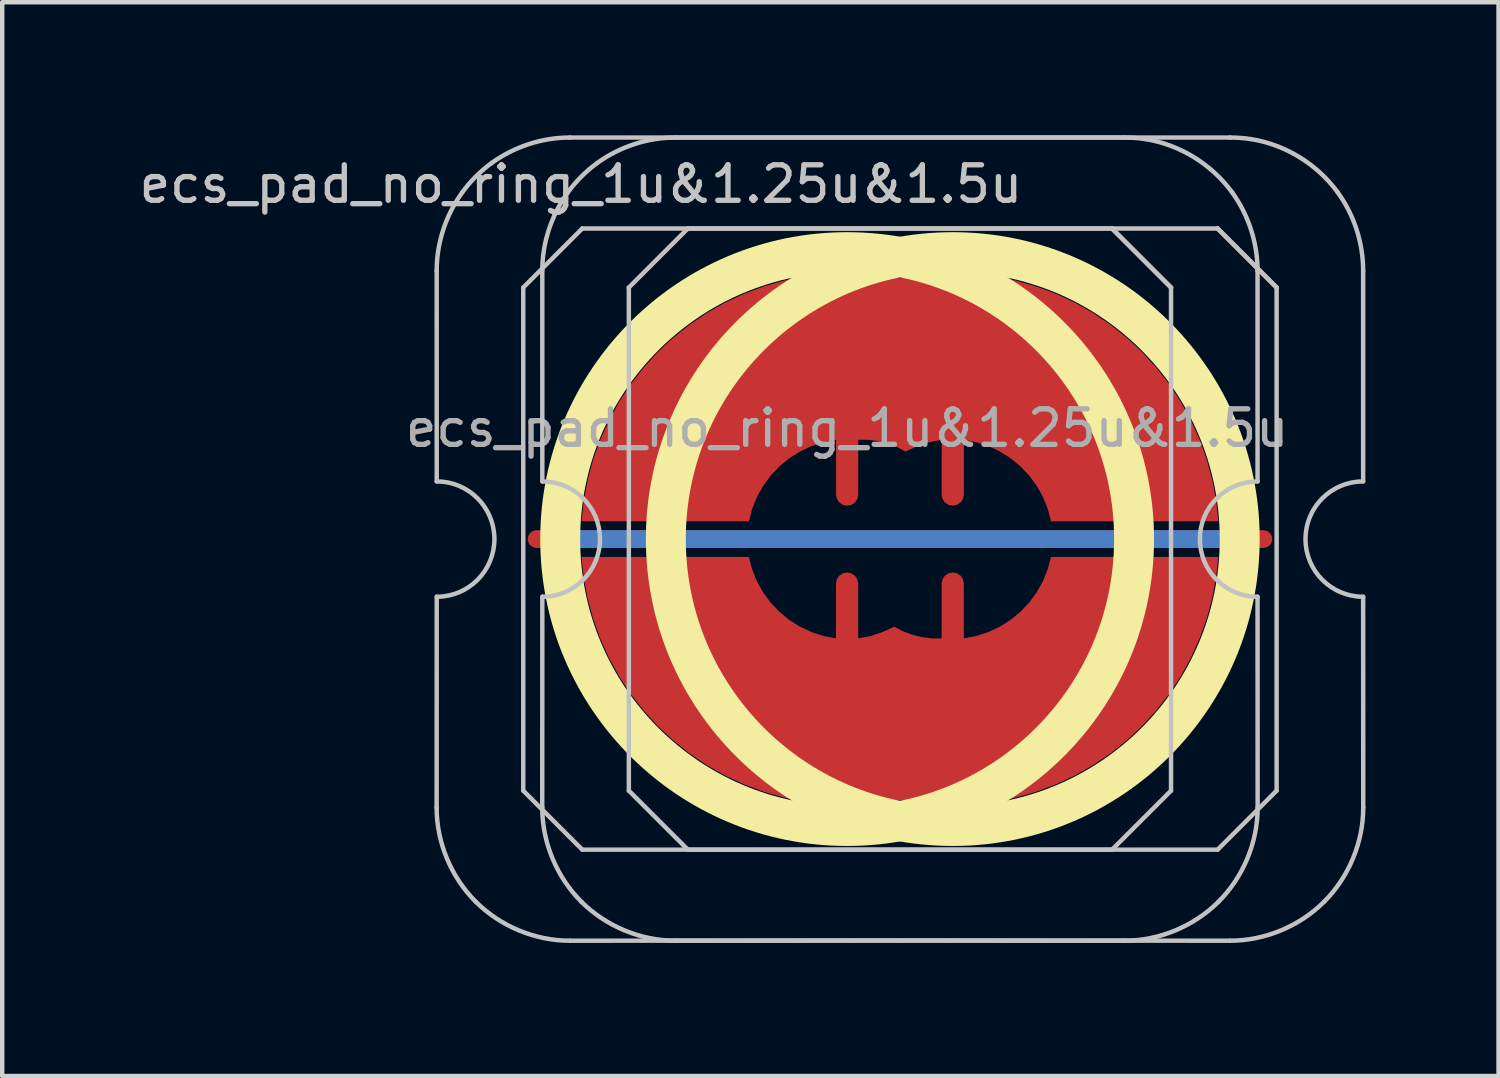
<source format=kicad_pcb>
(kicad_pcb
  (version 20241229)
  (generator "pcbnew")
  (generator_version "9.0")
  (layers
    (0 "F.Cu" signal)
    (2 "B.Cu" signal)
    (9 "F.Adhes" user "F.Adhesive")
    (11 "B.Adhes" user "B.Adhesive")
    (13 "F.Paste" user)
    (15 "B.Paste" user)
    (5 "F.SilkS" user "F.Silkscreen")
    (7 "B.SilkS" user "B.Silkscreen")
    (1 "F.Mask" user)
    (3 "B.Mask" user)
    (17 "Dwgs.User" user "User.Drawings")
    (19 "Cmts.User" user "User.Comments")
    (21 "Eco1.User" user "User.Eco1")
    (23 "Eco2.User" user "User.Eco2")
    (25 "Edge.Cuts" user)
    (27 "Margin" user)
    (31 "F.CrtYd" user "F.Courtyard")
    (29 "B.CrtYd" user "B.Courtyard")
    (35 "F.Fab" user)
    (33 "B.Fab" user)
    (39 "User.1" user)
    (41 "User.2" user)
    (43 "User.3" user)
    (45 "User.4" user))
  (footprint "ecs_pad_no_ring_1u&1.25u&1.5u"
    (layer "F.Cu")
    (at 16.043 9.1)
    (property "Reference" "ecs_pad_no_ring_1u&1.25u&1.5u" (at -6 -8 0) (layer "Dwgs.User") (effects (font (size 0.8 0.8) (thickness 0.12))))
    (attr smd)
    (fp_circle (center 0 0) (end 6.467 0) (stroke (width 0.9) (type solid)) (fill no) (layer "F.SilkS"))
    (fp_circle (center 2.381 0) (end 8.848 0) (stroke (width 0.9) (type solid)) (fill no) (layer "F.SilkS"))
    (fp_line (start -9.252 6.05) (end -9.25 1.3) (stroke (width 0.1) (type solid)) (layer "Dwgs.User"))
    (fp_line (start -9.25 -1.3) (end -9.251 -6.049) (stroke (width 0.1) (type solid)) (layer "Dwgs.User"))
    (fp_line (start -7.3 -5.67) (end -5.97 -7) (stroke (width 0.1) (type solid)) (layer "Dwgs.User"))
    (fp_line (start -7.3 5.67) (end -7.3 -5.67) (stroke (width 0.1) (type solid)) (layer "Dwgs.User"))
    (fp_line (start -6.872 6.05) (end -6.87 1.3) (stroke (width 0.1) (type solid)) (layer "Dwgs.User"))
    (fp_line (start -6.87 -1.3) (end -6.871 -6.049) (stroke (width 0.1) (type solid)) (layer "Dwgs.User"))
    (fp_line (start -5.97 -7) (end 5.97 -7) (stroke (width 0.1) (type solid)) (layer "Dwgs.User"))
    (fp_line (start -5.97 7) (end -7.3 5.67) (stroke (width 0.1) (type solid)) (layer "Dwgs.User"))
    (fp_line (start -4.92 -5.67) (end -3.59 -7) (stroke (width 0.1) (type solid)) (layer "Dwgs.User"))
    (fp_line (start -4.92 5.67) (end -4.92 -5.67) (stroke (width 0.1) (type solid)) (layer "Dwgs.User"))
    (fp_line (start -3.59 -7) (end 8.35 -7) (stroke (width 0.1) (type solid)) (layer "Dwgs.User"))
    (fp_line (start -3.59 7) (end -4.92 5.67) (stroke (width 0.1) (type solid)) (layer "Dwgs.User"))
    (fp_line (start 5.97 -7) (end 7.3 -5.67) (stroke (width 0.1) (type solid)) (layer "Dwgs.User"))
    (fp_line (start 5.97 7) (end -5.97 7) (stroke (width 0.1) (type solid)) (layer "Dwgs.User"))
    (fp_line (start 7.3 -5.67) (end 5.97 -7) (stroke (width 0.1) (type solid)) (layer "Dwgs.User"))
    (fp_line (start 7.3 -5.67) (end 7.3 5.67) (stroke (width 0.1) (type solid)) (layer "Dwgs.User"))
    (fp_line (start 7.3 5.67) (end 5.97 7) (stroke (width 0.1) (type solid)) (layer "Dwgs.User"))
    (fp_line (start 8.35 -7) (end 9.68 -5.67) (stroke (width 0.1) (type solid)) (layer "Dwgs.User"))
    (fp_line (start 8.35 7) (end -3.59 7) (stroke (width 0.1) (type solid)) (layer "Dwgs.User"))
    (fp_line (start 9.25 -1.3) (end 9.25 -6.049) (stroke (width 0.1) (type solid)) (layer "Dwgs.User"))
    (fp_line (start 9.252 6.05) (end 9.25 1.3) (stroke (width 0.1) (type solid)) (layer "Dwgs.User"))
    (fp_line (start 9.68 -5.67) (end 8.35 -7) (stroke (width 0.1) (type solid)) (layer "Dwgs.User"))
    (fp_line (start 9.68 -5.67) (end 9.68 5.67) (stroke (width 0.1) (type solid)) (layer "Dwgs.User"))
    (fp_line (start 9.68 5.67) (end 8.35 7) (stroke (width 0.1) (type solid)) (layer "Dwgs.User"))
    (fp_line (start 11.63 -1.3) (end 11.63 -6.049) (stroke (width 0.1) (type solid)) (layer "Dwgs.User"))
    (fp_line (start 11.632 6.05) (end 11.63 1.3) (stroke (width 0.1) (type solid)) (layer "Dwgs.User"))
    (fp_arc (start -9.25 -1.3) (mid -7.949999 0) (end -9.25 1.3) (stroke (width 0.1) (type solid)) (layer "Dwgs.User"))
    (fp_arc (start -6.87 -1.3) (mid -5.569999 -0.000001) (end -6.87 1.3) (stroke (width 0.1) (type solid)) (layer "Dwgs.User"))
    (fp_arc (start 9.25 1.3) (mid 7.95 0) (end 9.25 -1.3) (stroke (width 0.1) (type solid)) (layer "Dwgs.User"))
    (fp_arc (start 11.63 1.3) (mid 10.33 0) (end 11.63 -1.3) (stroke (width 0.1) (type solid)) (layer "Dwgs.User"))
    (fp_curve (pts (xy -9.252 6.05) (xy -9.254 6.836) (xy -8.926 7.618) (xy -8.372 8.172)) (stroke (width 0.1) (type solid)) (layer "Dwgs.User"))
    (fp_curve (pts (xy -8.676 -7.812) (xy -9.045 -7.303) (xy -9.251 -6.678) (xy -9.251 -6.049)) (stroke (width 0.1) (type solid)) (layer "Dwgs.User"))
    (fp_curve (pts (xy -8.372 8.172) (xy -7.817 8.726) (xy -7.035 9.053) (xy -6.25 9.052)) (stroke (width 0.1) (type solid)) (layer "Dwgs.User"))
    (fp_curve (pts (xy -8.013 -8.476) (xy -8.267 -8.291) (xy -8.492 -8.066) (xy -8.676 -7.812)) (stroke (width 0.1) (type solid)) (layer "Dwgs.User"))
    (fp_curve (pts (xy -6.872 6.05) (xy -6.874 6.836) (xy -6.546 7.618) (xy -5.992 8.172)) (stroke (width 0.1) (type solid)) (layer "Dwgs.User"))
    (fp_curve (pts (xy -6.296 -7.812) (xy -6.665 -7.303) (xy -6.871 -6.678) (xy -6.871 -6.049)) (stroke (width 0.1) (type solid)) (layer "Dwgs.User"))
    (fp_curve (pts (xy -6.25 -9.05) (xy -6.878 -9.05) (xy -7.504 -8.844) (xy -8.013 -8.476)) (stroke (width 0.1) (type solid)) (layer "Dwgs.User"))
    (fp_curve (pts (xy -6.25 9.052) (xy -2.116 9.046) (xy 2.116 9.046) (xy 6.25 9.052)) (stroke (width 0.1) (type solid)) (layer "Dwgs.User"))
    (fp_curve (pts (xy -5.992 8.172) (xy -5.437 8.726) (xy -4.655 9.053) (xy -3.87 9.052)) (stroke (width 0.1) (type solid)) (layer "Dwgs.User"))
    (fp_curve (pts (xy -5.633 -8.476) (xy -5.887 -8.291) (xy -6.112 -8.066) (xy -6.296 -7.812)) (stroke (width 0.1) (type solid)) (layer "Dwgs.User"))
    (fp_curve (pts (xy -3.87 -9.05) (xy -4.498 -9.05) (xy -5.124 -8.844) (xy -5.633 -8.476)) (stroke (width 0.1) (type solid)) (layer "Dwgs.User"))
    (fp_curve (pts (xy -3.87 9.052) (xy 0.264 9.046) (xy 4.496 9.046) (xy 8.63 9.052)) (stroke (width 0.1) (type solid)) (layer "Dwgs.User"))
    (fp_curve (pts (xy 6.25 9.052) (xy 7.035 9.053) (xy 7.817 8.726) (xy 8.372 8.172)) (stroke (width 0.1) (type solid)) (layer "Dwgs.User"))
    (fp_curve (pts (xy 6.25 -9.05) (xy 2.118 -9.052) (xy -2.117 -9.05) (xy -6.25 -9.05)) (stroke (width 0.1) (type solid)) (layer "Dwgs.User"))
    (fp_curve (pts (xy 6.72 -9.015) (xy 6.564 -9.039) (xy 6.407 -9.05) (xy 6.25 -9.05)) (stroke (width 0.1) (type solid)) (layer "Dwgs.User"))
    (fp_curve (pts (xy 8.372 8.172) (xy 8.926 7.618) (xy 9.254 6.836) (xy 9.252 6.05)) (stroke (width 0.1) (type solid)) (layer "Dwgs.User"))
    (fp_curve (pts (xy 8.63 9.052) (xy 9.415 9.053) (xy 10.197 8.726) (xy 10.752 8.172)) (stroke (width 0.1) (type solid)) (layer "Dwgs.User"))
    (fp_curve (pts (xy 8.63 -9.05) (xy 4.498 -9.052) (xy 0.263 -9.05) (xy -3.87 -9.05)) (stroke (width 0.1) (type solid)) (layer "Dwgs.User"))
    (fp_curve (pts (xy 8.677 -7.814) (xy 8.215 -8.449) (xy 7.496 -8.893) (xy 6.72 -9.015)) (stroke (width 0.1) (type solid)) (layer "Dwgs.User"))
    (fp_curve (pts (xy 9.1 -9.015) (xy 8.944 -9.039) (xy 8.787 -9.05) (xy 8.63 -9.05)) (stroke (width 0.1) (type solid)) (layer "Dwgs.User"))
    (fp_curve (pts (xy 9.25 -6.049) (xy 9.25 -6.677) (xy 9.046 -7.307) (xy 8.677 -7.814)) (stroke (width 0.1) (type solid)) (layer "Dwgs.User"))
    (fp_curve (pts (xy 10.752 8.172) (xy 11.306 7.618) (xy 11.634 6.836) (xy 11.632 6.05)) (stroke (width 0.1) (type solid)) (layer "Dwgs.User"))
    (fp_curve (pts (xy 11.057 -7.814) (xy 10.595 -8.449) (xy 9.876 -8.893) (xy 9.1 -9.015)) (stroke (width 0.1) (type solid)) (layer "Dwgs.User"))
    (fp_curve (pts (xy 11.63 -6.049) (xy 11.63 -6.677) (xy 11.426 -7.307) (xy 11.057 -7.814)) (stroke (width 0.1) (type solid)) (layer "Dwgs.User"))
    (fp_text user "${REFERENCE}" (at 0 -2.5 0) (layer "F.Fab") (effects (font (size 0.8 0.8) (thickness 0.12))))
    (pad "1" smd custom (at 0 -1.002) (size 0.019 0.019) (layers "F.Cu") (options (anchor circle)) (primitives (gr_poly (pts (xy -0.231 0.096) (xy -0.177 0.177) (xy -0.096 0.231) (xy 0 0.25) (xy 0.096 0.231) (xy 0.177 0.177) (xy 0.231 0.096) (xy 0.25 0) (xy 0.25 -1.236) (xy 0.473 -1.236) (xy 0.695 -1.208) (xy 0.912 -1.154) (xy 1.121 -1.075) (xy 1.318 -0.971) (xy 1.578 -1.093) (xy 1.85 -1.182) (xy 2.131 -1.236) (xy 2.131 0) (xy 2.15 0.096) (xy 2.204 0.177) (xy 2.286 0.231) (xy 2.381 0.25) (xy 2.477 0.231) (xy 2.558 0.177) (xy 2.612 0.096) (xy 2.631 0) (xy 2.631 -1.236) (xy 2.913 -1.182) (xy 3.186 -1.093) (xy 3.445 -0.971) (xy 3.688 -0.817) (xy 3.909 -0.635) (xy 4.106 -0.426) (xy 4.276 -0.194) (xy 4.415 0.056) (xy 4.522 0.323) (xy 4.595 0.6) (xy 8.367 0.6) (xy 8.316 0.128) (xy 8.228 -0.338) (xy 8.104 -0.796) (xy 7.944 -1.243) (xy 7.749 -1.675) (xy 7.52 -2.091) (xy 7.259 -2.488) (xy 6.968 -2.862) (xy 6.648 -3.213) (xy 6.301 -3.537) (xy 5.93 -3.832) (xy 5.536 -4.098) (xy 5.123 -4.331) (xy 4.693 -4.531) (xy 4.248 -4.697) (xy 3.792 -4.826) (xy 3.327 -4.92) (xy 2.855 -4.976) (xy 2.381 -4.995) (xy 1.982 -4.982) (xy 1.585 -4.942) (xy 1.191 -4.875) (xy 0.797 -4.942) (xy 0.399 -4.982) (xy 0 -4.995) (xy -0.474 -4.976) (xy -0.945 -4.92) (xy -1.411 -4.826) (xy -1.867 -4.697) (xy -2.312 -4.531) (xy -2.742 -4.331) (xy -3.155 -4.098) (xy -3.549 -3.832) (xy -3.92 -3.537) (xy -4.266 -3.213) (xy -4.586 -2.862) (xy -4.878 -2.488) (xy -5.139 -2.091) (xy -5.367 -1.675) (xy -5.562 -1.243) (xy -5.723 -0.796) (xy -5.847 -0.338) (xy -5.935 0.128) (xy -5.986 0.6) (xy -2.214 0.6) (xy -2.141 0.323) (xy -2.034 0.056) (xy -1.894 -0.194) (xy -1.725 -0.426) (xy -1.528 -0.635) (xy -1.307 -0.817) (xy -1.064 -0.971) (xy -0.805 -1.093) (xy -0.532 -1.182) (xy -0.25 -1.236) (xy -0.25 0)) (width 0) (fill yes))))
    (pad "2" smd custom (at 2.38 1.002 180) (size 0.019 0.019) (layers "F.Cu") (options (anchor circle)) (primitives (gr_poly (pts (xy -0.231 0.096) (xy -0.177 0.177) (xy -0.096 0.231) (xy 0 0.25) (xy 0.096 0.231) (xy 0.177 0.177) (xy 0.231 0.096) (xy 0.25 0) (xy 0.25 -1.236) (xy 0.473 -1.236) (xy 0.695 -1.208) (xy 0.912 -1.154) (xy 1.121 -1.075) (xy 1.318 -0.971) (xy 1.578 -1.093) (xy 1.85 -1.182) (xy 2.131 -1.236) (xy 2.131 0) (xy 2.15 0.096) (xy 2.204 0.177) (xy 2.286 0.231) (xy 2.381 0.25) (xy 2.477 0.231) (xy 2.558 0.177) (xy 2.612 0.096) (xy 2.631 0) (xy 2.631 -1.236) (xy 2.913 -1.182) (xy 3.186 -1.093) (xy 3.445 -0.971) (xy 3.688 -0.817) (xy 3.909 -0.635) (xy 4.106 -0.426) (xy 4.276 -0.194) (xy 4.415 0.056) (xy 4.522 0.323) (xy 4.595 0.6) (xy 8.367 0.6) (xy 8.316 0.128) (xy 8.228 -0.338) (xy 8.104 -0.796) (xy 7.944 -1.243) (xy 7.749 -1.675) (xy 7.52 -2.091) (xy 7.259 -2.488) (xy 6.968 -2.862) (xy 6.648 -3.213) (xy 6.301 -3.537) (xy 5.93 -3.832) (xy 5.536 -4.098) (xy 5.123 -4.331) (xy 4.693 -4.531) (xy 4.248 -4.697) (xy 3.792 -4.826) (xy 3.327 -4.92) (xy 2.855 -4.976) (xy 2.381 -4.995) (xy 1.982 -4.982) (xy 1.585 -4.942) (xy 1.191 -4.875) (xy 0.797 -4.942) (xy 0.399 -4.982) (xy 0 -4.995) (xy -0.474 -4.976) (xy -0.945 -4.92) (xy -1.411 -4.826) (xy -1.867 -4.697) (xy -2.312 -4.531) (xy -2.742 -4.331) (xy -3.155 -4.098) (xy -3.549 -3.832) (xy -3.92 -3.537) (xy -4.266 -3.213) (xy -4.586 -2.862) (xy -4.878 -2.488) (xy -5.139 -2.091) (xy -5.367 -1.675) (xy -5.562 -1.243) (xy -5.723 -0.796) (xy -5.847 -0.338) (xy -5.935 0.128) (xy -5.986 0.6) (xy -2.214 0.6) (xy -2.141 0.323) (xy -2.034 0.056) (xy -1.894 -0.194) (xy -1.725 -0.426) (xy -1.528 -0.635) (xy -1.307 -0.817) (xy -1.064 -0.971) (xy -0.805 -1.093) (xy -0.532 -1.182) (xy -0.25 -1.236) (xy -0.25 0)) (width 0) (fill yes))))
    (pad "3" smd custom (at 1.191 0 270) (size 0.4 0.4) (layers "F.Cu") (options (anchor rect)) (primitives (gr_line (start 0 -8.191) (end 0 8.191) (width 0.4))))
    (pad "3" smd custom (at 1.191 0 270) (size 0.4 0.4) (layers "B.Cu") (options (anchor rect)) (primitives (gr_line (start 0 -7.691) (end 0 7.691) (width 0.4))))
    (zone (net_name "") (layer "F.Cu") (hatch edge 0.508) (connect_pads) (min_thickness 0.254) (filled_areas_thickness no) (keepout (tracks allowed) (vias allowed) (pads allowed) (copperpour not_allowed) (footprints allowed)) (placement (enabled no)) (fill) (polygon (pts (xy 9.038 9.1) (xy 9.057 9.614) (xy 9.113 10.124) (xy 9.207 10.629) (xy 9.337 11.125) (xy 9.503 11.611) (xy 9.705 12.083) (xy 9.94 12.539) (xy 10.208 12.977) (xy 10.508 13.394) (xy 10.837 13.788) (xy 11.194 14.156) (xy 11.578 14.498) (xy 11.985 14.81) (xy 12.414 15.092) (xy 12.863 15.342) (xy 13.328 15.558) (xy 13.809 15.74) (xy 14.301 15.885) (xy 14.802 15.995) (xy 15.311 16.067) (xy 15.823 16.102) (xy 16.336 16.099) (xy 16.848 16.059) (xy 17.355 15.981) (xy 17.856 15.867) (xy 18.347 15.716) (xy 18.825 15.529) (xy 19.288 15.308) (xy 19.734 15.054) (xy 20.16 14.768) (xy 20.564 14.451) (xy 20.944 14.105) (xy 21.297 13.733) (xy 21.622 13.336) (xy 21.918 12.916) (xy 22.181 12.475) (xy 22.412 12.017) (xy 22.608 11.542) (xy 22.77 11.055) (xy 22.895 10.557) (xy 22.983 10.051) (xy 23.034 9.54) (xy 23.047 9.027) (xy 23.023 8.514) (xy 22.962 8.005) (xy 22.863 7.501) (xy 22.727 7.006) (xy 22.556 6.522) (xy 22.35 6.052) (xy 22.109 5.598) (xy 21.836 5.163) (xy 21.533 4.749) (xy 21.199 4.359) (xy 20.838 3.994) (xy 20.451 3.657) (xy 20.041 3.348) (xy 19.609 3.071) (xy 19.157 2.826) (xy 18.69 2.615) (xy 18.207 2.438) (xy 17.714 2.298) (xy 17.211 2.194) (xy 16.702 2.127) (xy 16.19 2.097) (xy 15.676 2.105) (xy 15.165 2.151) (xy 14.658 2.234) (xy 14.159 2.354) (xy 13.67 2.51) (xy 13.194 2.701) (xy 12.733 2.927) (xy 12.289 3.186) (xy 11.866 3.477) (xy 11.466 3.798) (xy 11.09 4.147) (xy 10.74 4.523) (xy 10.419 4.924) (xy 10.128 5.347) (xy 9.869 5.79) (xy 9.644 6.251) (xy 9.452 6.728) (xy 9.296 7.217) (xy 9.176 7.716) (xy 9.093 8.223) (xy 9.048 8.734))))
    (zone (net_name "") (layer "F.Cu") (hatch edge 0.508) (connect_pads) (min_thickness 0.254) (filled_areas_thickness no) (keepout (tracks allowed) (vias allowed) (pads allowed) (copperpour not_allowed) (footprints allowed)) (placement (enabled no)) (fill) (polygon (pts (xy 11.418 9.1) (xy 11.437 9.614) (xy 11.493 10.124) (xy 11.587 10.629) (xy 11.717 11.125) (xy 11.883 11.611) (xy 12.085 12.083) (xy 12.32 12.539) (xy 12.588 12.977) (xy 12.888 13.394) (xy 13.217 13.788) (xy 13.574 14.156) (xy 13.958 14.498) (xy 14.365 14.81) (xy 14.794 15.092) (xy 15.243 15.342) (xy 15.708 15.558) (xy 16.189 15.74) (xy 16.681 15.885) (xy 17.182 15.995) (xy 17.691 16.067) (xy 18.203 16.102) (xy 18.716 16.099) (xy 19.228 16.059) (xy 19.735 15.981) (xy 20.236 15.867) (xy 20.727 15.716) (xy 21.205 15.529) (xy 21.668 15.308) (xy 22.114 15.054) (xy 22.54 14.768) (xy 22.944 14.451) (xy 23.324 14.105) (xy 23.677 13.733) (xy 24.002 13.336) (xy 24.298 12.916) (xy 24.561 12.475) (xy 24.792 12.017) (xy 24.988 11.542) (xy 25.15 11.055) (xy 25.275 10.557) (xy 25.363 10.051) (xy 25.414 9.54) (xy 25.427 9.027) (xy 25.403 8.514) (xy 25.342 8.005) (xy 25.243 7.501) (xy 25.107 7.006) (xy 24.936 6.522) (xy 24.73 6.052) (xy 24.489 5.598) (xy 24.216 5.163) (xy 23.913 4.749) (xy 23.579 4.359) (xy 23.218 3.994) (xy 22.831 3.657) (xy 22.421 3.348) (xy 21.989 3.071) (xy 21.537 2.826) (xy 21.07 2.615) (xy 20.587 2.438) (xy 20.094 2.298) (xy 19.591 2.194) (xy 19.082 2.127) (xy 18.57 2.097) (xy 18.056 2.105) (xy 17.545 2.151) (xy 17.038 2.234) (xy 16.539 2.354) (xy 16.05 2.51) (xy 15.574 2.701) (xy 15.113 2.927) (xy 14.669 3.186) (xy 14.246 3.477) (xy 13.846 3.798) (xy 13.47 4.147) (xy 13.12 4.523) (xy 12.799 4.924) (xy 12.508 5.347) (xy 12.249 5.79) (xy 12.024 6.251) (xy 11.832 6.728) (xy 11.676 7.217) (xy 11.556 7.716) (xy 11.473 8.223) (xy 11.428 8.734))))
    (zone (net_name "") (layer "B.Cu") (hatch edge 0.508) (connect_pads) (min_thickness 0.254) (filled_areas_thickness no) (keepout (tracks allowed) (vias allowed) (pads allowed) (copperpour not_allowed) (footprints allowed)) (placement (enabled no)) (fill) (polygon (pts (xy 9.485 9.1) (xy 9.505 9.615) (xy 9.565 10.126) (xy 9.666 10.631) (xy 9.806 11.127) (xy 9.984 11.61) (xy 10.199 12.078) (xy 10.451 12.527) (xy 10.737 12.955) (xy 11.056 13.36) (xy 11.405 13.738) (xy 11.784 14.087) (xy 12.188 14.406) (xy 12.616 14.692) (xy 13.065 14.944) (xy 13.533 15.16) (xy 14.016 15.338) (xy 14.512 15.478) (xy 15.017 15.578) (xy 15.528 15.639) (xy 16.043 15.659) (xy 16.557 15.639) (xy 17.069 15.578) (xy 17.574 15.478) (xy 18.069 15.338) (xy 18.553 15.16) (xy 19.02 14.944) (xy 19.47 14.692) (xy 19.898 14.406) (xy 20.302 14.087) (xy 20.68 13.738) (xy 21.03 13.36) (xy 21.349 12.955) (xy 21.635 12.527) (xy 21.886 12.078) (xy 22.102 11.61) (xy 22.28 11.127) (xy 22.42 10.631) (xy 22.52 10.126) (xy 22.581 9.615) (xy 22.601 9.1) (xy 22.581 8.586) (xy 22.52 8.075) (xy 22.42 7.57) (xy 22.28 7.074) (xy 22.102 6.591) (xy 21.886 6.123) (xy 21.635 5.674) (xy 21.349 5.246) (xy 21.03 4.841) (xy 20.68 4.463) (xy 20.302 4.114) (xy 19.898 3.795) (xy 19.47 3.509) (xy 19.02 3.257) (xy 18.553 3.041) (xy 18.069 2.863) (xy 17.574 2.723) (xy 17.069 2.623) (xy 16.557 2.562) (xy 16.043 2.542) (xy 15.528 2.562) (xy 15.017 2.623) (xy 14.512 2.723) (xy 14.016 2.863) (xy 13.533 3.041) (xy 13.065 3.257) (xy 12.616 3.509) (xy 12.188 3.795) (xy 11.784 4.114) (xy 11.405 4.463) (xy 11.056 4.841) (xy 10.737 5.246) (xy 10.451 5.674) (xy 10.199 6.123) (xy 9.984 6.591) (xy 9.806 7.074) (xy 9.666 7.57) (xy 9.565 8.075) (xy 9.505 8.586))))
    (zone (net_name "") (layer "B.Cu") (hatch edge 0.508) (connect_pads) (min_thickness 0.254) (filled_areas_thickness no) (keepout (tracks allowed) (vias allowed) (pads allowed) (copperpour not_allowed) (footprints allowed)) (placement (enabled no)) (fill) (polygon (pts (xy 11.865 9.1) (xy 11.885 9.615) (xy 11.945 10.126) (xy 12.046 10.631) (xy 12.186 11.127) (xy 12.364 11.61) (xy 12.579 12.078) (xy 12.831 12.527) (xy 13.117 12.955) (xy 13.436 13.36) (xy 13.785 13.738) (xy 14.164 14.087) (xy 14.568 14.406) (xy 14.996 14.692) (xy 15.445 14.944) (xy 15.913 15.16) (xy 16.396 15.338) (xy 16.892 15.478) (xy 17.397 15.578) (xy 17.908 15.639) (xy 18.423 15.659) (xy 18.937 15.639) (xy 19.449 15.578) (xy 19.954 15.478) (xy 20.449 15.338) (xy 20.933 15.16) (xy 21.4 14.944) (xy 21.85 14.692) (xy 22.278 14.406) (xy 22.682 14.087) (xy 23.06 13.738) (xy 23.41 13.36) (xy 23.729 12.955) (xy 24.015 12.527) (xy 24.266 12.078) (xy 24.482 11.61) (xy 24.66 11.127) (xy 24.8 10.631) (xy 24.9 10.126) (xy 24.961 9.615) (xy 24.981 9.1) (xy 24.961 8.586) (xy 24.9 8.075) (xy 24.8 7.57) (xy 24.66 7.074) (xy 24.482 6.591) (xy 24.266 6.123) (xy 24.015 5.674) (xy 23.729 5.246) (xy 23.41 4.841) (xy 23.06 4.463) (xy 22.682 4.114) (xy 22.278 3.795) (xy 21.85 3.509) (xy 21.4 3.257) (xy 20.933 3.041) (xy 20.449 2.863) (xy 19.954 2.723) (xy 19.449 2.623) (xy 18.937 2.562) (xy 18.423 2.542) (xy 17.908 2.562) (xy 17.397 2.623) (xy 16.892 2.723) (xy 16.396 2.863) (xy 15.913 3.041) (xy 15.445 3.257) (xy 14.996 3.509) (xy 14.568 3.795) (xy 14.164 4.114) (xy 13.785 4.463) (xy 13.436 4.841) (xy 13.117 5.246) (xy 12.831 5.674) (xy 12.579 6.123) (xy 12.364 6.591) (xy 12.186 7.074) (xy 12.046 7.57) (xy 11.945 8.075) (xy 11.885 8.586)))))
  (gr_rect
    (start -3 -3)
    (end 30.725 21.202)
    (stroke (width 0.1) (type default))
    (fill no)
    (layer "Edge.Cuts")))
</source>
